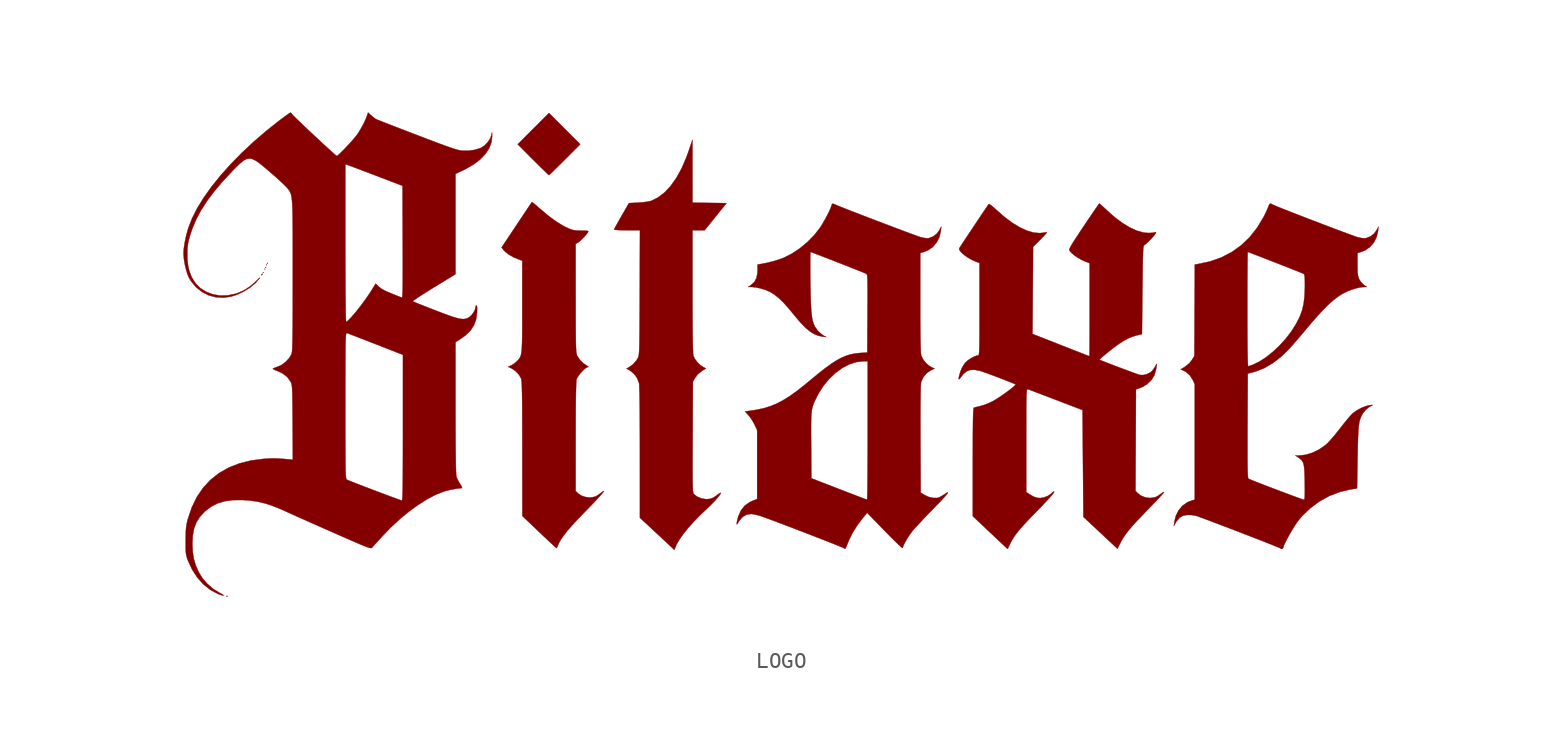
<source format=kicad_sym>
(kicad_symbol_lib
  (version 20241209)
  (generator "kicad_symbol_editor")
  (generator_version "9.0")
  (symbol "LOGO"
    (pin_names
      (offset 1.016))
    (property "Reference" "#G"
      (at 0 27.529 0)
      (effects (font (size 1.27 1.27)) (hide yes)))
    (symbol "LOGO_0_0"
      (polyline (pts (xy -33.634 -14.105) (xy -33.723 -14.042) (xy -33.907 -13.943) (xy -34.274 -13.719) (xy -34.647 -13.398) (xy -34.969 -13.024) (xy -35.213 -12.622) (xy -35.384 -12.219) (xy -35.502 -11.817) (xy -35.568 -11.389) (xy -35.59 -10.901) (xy -35.59 -10.875) (xy -35.564 -10.362) (xy -35.48 -9.922) (xy -35.332 -9.54) (xy -35.113 -9.198) (xy -34.818 -8.88) (xy -34.773 -8.839) (xy -34.403 -8.561) (xy -33.997 -8.357) (xy -33.543 -8.223) (xy -33.029 -8.157) (xy -32.441 -8.154) (xy -32.382 -8.157) (xy -31.929 -8.193) (xy -31.503 -8.257) (xy -31.082 -8.356) (xy -30.644 -8.495) (xy -30.166 -8.682) (xy -29.625 -8.922) (xy -29.496 -8.981) (xy -29.25 -9.092) (xy -28.93 -9.236) (xy -28.552 -9.405) (xy -28.127 -9.594) (xy -27.669 -9.797) (xy -27.192 -10.008) (xy -26.708 -10.221) (xy -26.493 -10.316) (xy -26.004 -10.531) (xy -25.598 -10.708) (xy -25.269 -10.851) (xy -25.006 -10.961) (xy -24.803 -11.044) (xy -24.65 -11.102) (xy -24.539 -11.137) (xy -24.463 -11.154) (xy -24.412 -11.156) (xy -24.379 -11.145) (xy -24.355 -11.125) (xy -24.345 -11.113) (xy -24.263 -11.024) (xy -24.132 -10.879) (xy -23.966 -10.696) (xy -23.782 -10.491) (xy -23.749 -10.455) (xy -23.208 -9.891) (xy -22.642 -9.365) (xy -22.064 -8.887) (xy -21.485 -8.464) (xy -20.919 -8.106) (xy -20.377 -7.822) (xy -19.872 -7.622) (xy -19.681 -7.568) (xy -19.427 -7.51) (xy -19.16 -7.459) (xy -18.919 -7.423) (xy -18.741 -7.407) (xy -18.733 -7.375) (xy -18.773 -7.279) (xy -18.856 -7.143) (xy -18.93 -7.024) (xy -19.027 -6.839) (xy -19.087 -6.686) (xy -19.098 -6.597) (xy -19.108 -6.404) (xy -19.116 -6.112) (xy -19.124 -5.722) (xy -19.13 -5.237) (xy -19.135 -4.659) (xy -19.138 -3.991) (xy -19.14 -3.235) (xy -19.141 -2.392) (xy -19.141 1.709) (xy -18.804 1.929) (xy -18.514 2.139) (xy -18.206 2.438) (xy -17.988 2.767) (xy -17.854 3.137) (xy -17.796 3.56) (xy -17.793 3.618) (xy -17.789 3.844) (xy -17.802 3.974) (xy -17.831 4.016) (xy -17.868 3.99) (xy -17.89 3.899) (xy -17.921 3.755) (xy -18.016 3.567) (xy -18.152 3.391) (xy -18.305 3.264) (xy -18.412 3.209) (xy -18.527 3.172) (xy -18.658 3.158) (xy -18.814 3.17) (xy -19.008 3.21) (xy -19.252 3.28) (xy -19.557 3.384) (xy -19.935 3.522) (xy -20.398 3.699) (xy -20.456 3.722) (xy -20.81 3.86) (xy -21.129 3.985) (xy -21.401 4.094) (xy -21.615 4.181) (xy -21.756 4.241) (xy -21.813 4.268) (xy -21.809 4.277) (xy -21.742 4.333) (xy -21.6 4.432) (xy -21.394 4.569) (xy -21.134 4.736) (xy -20.831 4.927) (xy -20.496 5.134) (xy -19.141 5.963) (xy -19.141 9.097) (xy -19.141 12.231) (xy -18.633 12.473) (xy -18.532 12.521) (xy -18.028 12.809) (xy -17.608 13.126) (xy -17.277 13.467) (xy -17.038 13.828) (xy -16.895 14.204) (xy -16.852 14.589) (xy -16.858 14.838) (xy -16.906 14.624) (xy -16.973 14.447) (xy -17.12 14.223) (xy -17.31 14.022) (xy -17.517 13.878) (xy -17.599 13.84) (xy -17.936 13.736) (xy -18.32 13.682) (xy -18.713 13.684) (xy -18.741 13.687) (xy -18.843 13.701) (xy -18.961 13.725) (xy -19.103 13.763) (xy -19.279 13.817) (xy -19.499 13.89) (xy -19.77 13.987) (xy -20.102 14.109) (xy -20.505 14.26) (xy -20.986 14.443) (xy -21.555 14.661) (xy -21.666 14.703) (xy -22.144 14.887) (xy -22.592 15.059) (xy -23.001 15.217) (xy -23.36 15.357) (xy -23.661 15.475) (xy -23.893 15.566) (xy -24.047 15.628) (xy -24.114 15.656) (xy -24.156 15.683) (xy -24.274 15.772) (xy -24.409 15.888) (xy -24.608 16.068) (xy -24.672 15.87) (xy -24.756 15.654) (xy -24.898 15.352) (xy -25.072 15.034) (xy -25.259 14.734) (xy -25.26 14.733) (xy -25.357 14.603) (xy -25.5 14.432) (xy -25.672 14.235) (xy -25.861 14.028) (xy -26.053 13.824) (xy -26.232 13.64) (xy -26.386 13.49) (xy -26.5 13.389) (xy -26.56 13.352) (xy -26.579 13.364) (xy -26.667 13.435) (xy -26.813 13.563) (xy -27.008 13.738) (xy -27.241 13.951) (xy -27.501 14.191) (xy -27.78 14.45) (xy -28.065 14.716) (xy -28.347 14.981) (xy -28.615 15.234) (xy -28.859 15.467) (xy -29.069 15.669) (xy -29.233 15.83) (xy -29.342 15.942) (xy -29.386 15.993) (xy -29.401 16.023) (xy -29.459 16.064) (xy -29.501 16.041) (xy -29.615 15.964) (xy -29.785 15.842) (xy -29.997 15.685) (xy -30.236 15.503) (xy -30.969 14.921) (xy -31.77 14.232) (xy -32.52 13.53) (xy -33.212 12.824) (xy -33.841 12.118) (xy -34.402 11.421) (xy -34.888 10.737) (xy -35.295 10.074) (xy -35.616 9.438) (xy -35.847 8.837) (xy -35.881 8.727) (xy -35.987 8.325) (xy -36.071 7.925) (xy -36.125 7.558) (xy -36.144 7.257) (xy -36.143 7.204) (xy -36.117 6.909) (xy -36.061 6.58) (xy -35.984 6.25) (xy -35.894 5.956) (xy -35.797 5.731) (xy -35.662 5.511) (xy -35.35 5.141) (xy -34.979 4.849) (xy -34.562 4.64) (xy -34.111 4.52) (xy -33.637 4.494) (xy -33.153 4.567) (xy -32.788 4.686) (xy -32.365 4.884) (xy -31.975 5.13) (xy -31.642 5.408) (xy -31.389 5.704) (xy -31.372 5.732) (xy -31.376 5.747) (xy -31.442 5.693) (xy -31.562 5.575) (xy -31.929 5.241) (xy -32.37 4.95) (xy -32.842 4.752) (xy -33.354 4.642) (xy -33.385 4.638) (xy -33.861 4.628) (xy -34.312 4.705) (xy -34.726 4.862) (xy -35.09 5.093) (xy -35.391 5.393) (xy -35.616 5.755) (xy -35.675 5.885) (xy -35.788 6.191) (xy -35.859 6.498) (xy -35.896 6.84) (xy -35.904 7.25) (xy -35.904 7.283) (xy -35.897 7.549) (xy -35.88 7.764) (xy -35.846 7.965) (xy -35.79 8.19) (xy -35.705 8.475) (xy -35.593 8.807) (xy -35.355 9.374) (xy -35.056 9.94) (xy -34.689 10.513) (xy -34.249 11.104) (xy -33.727 11.722) (xy -33.12 12.377) (xy -32.844 12.659) (xy -32.6 12.894) (xy -32.392 13.062) (xy -32.205 13.163) (xy -32.025 13.196) (xy -31.838 13.162) (xy -31.629 13.06) (xy -31.384 12.89) (xy -31.32 12.837) (xy -26.026 12.837) (xy -25.915 12.802) (xy -25.867 12.785) (xy -25.727 12.733) (xy -25.511 12.652) (xy -25.231 12.547) (xy -24.899 12.421) (xy -24.528 12.28) (xy -24.129 12.128) (xy -22.453 11.488) (xy -22.44 7.981) (xy -22.438 7.28) (xy -22.436 6.663) (xy -22.436 6.137) (xy -22.438 5.698) (xy -22.44 5.338) (xy -22.445 5.051) (xy -22.45 4.831) (xy -22.458 4.673) (xy -22.467 4.568) (xy -22.479 4.513) (xy -22.492 4.499) (xy -22.855 4.64) (xy -23.166 4.764) (xy -23.404 4.865) (xy -23.584 4.949) (xy -23.721 5.024) (xy -23.827 5.096) (xy -23.916 5.171) (xy -24.133 5.372) (xy -24.382 4.968) (xy -24.492 4.794) (xy -24.757 4.408) (xy -25.053 4.006) (xy -25.355 3.624) (xy -25.634 3.299) (xy -25.685 3.244) (xy -25.819 3.106) (xy -25.923 3.009) (xy -25.978 2.973) (xy -25.983 2.996) (xy -25.991 3.115) (xy -25.998 3.329) (xy -26.004 3.635) (xy -26.009 4.027) (xy -26.014 4.5) (xy -26.018 5.048) (xy -26.022 5.668) (xy -26.024 6.354) (xy -26.025 7.102) (xy -26.026 7.905) (xy -26.026 12.837) (xy -31.32 12.837) (xy -31.09 12.651) (xy -30.731 12.345) (xy -30.603 12.234) (xy -30.335 11.997) (xy -30.091 11.775) (xy -29.884 11.581) (xy -29.73 11.428) (xy -29.641 11.329) (xy -29.613 11.292) (xy -29.561 11.223) (xy -29.516 11.158) (xy -29.476 11.087) (xy -29.442 11.005) (xy -29.413 10.906) (xy -29.389 10.782) (xy -29.369 10.627) (xy -29.352 10.435) (xy -29.34 10.197) (xy -29.33 9.909) (xy -29.323 9.563) (xy -29.318 9.153) (xy -29.314 8.672) (xy -29.313 8.113) (xy -29.312 7.47) (xy -29.312 6.735) (xy -29.312 5.903) (xy -29.312 5.332) (xy -29.313 4.537) (xy -29.314 3.838) (xy -29.317 3.23) (xy -29.32 2.708) (xy -29.325 2.266) (xy -29.33 1.9) (xy -29.337 1.604) (xy -29.345 1.374) (xy -29.354 1.204) (xy -29.364 1.088) (xy -29.376 1.023) (xy -29.404 0.945) (xy -29.547 0.708) (xy -29.756 0.484) (xy -30.004 0.299) (xy -30.264 0.178) (xy -30.399 0.132) (xy -30.518 0.083) (xy -30.564 0.05) (xy -30.524 0.018) (xy -30.41 -0.037) (xy -30.248 -0.101) (xy -29.962 -0.233) (xy -29.666 -0.461) (xy -29.452 -0.751) (xy -29.442 -0.77) (xy -29.417 -0.823) (xy -29.396 -0.882) (xy -29.378 -0.957) (xy -29.365 -1.057) (xy -29.354 -1.192) (xy -29.346 -1.373) (xy -29.339 -1.609) (xy -29.334 -1.909) (xy -29.334 -1.938) (xy -26.026 -1.938) (xy -26.026 -1.182) (xy -26.025 -0.521) (xy -26.024 0.051) (xy -26.023 0.54) (xy -26.021 0.953) (xy -26.018 1.295) (xy -26.014 1.575) (xy -26.009 1.796) (xy -26.003 1.968) (xy -25.995 2.094) (xy -25.987 2.183) (xy -25.976 2.239) (xy -25.964 2.271) (xy -25.95 2.283) (xy -25.934 2.283) (xy -25.881 2.265) (xy -25.739 2.212) (xy -25.522 2.129) (xy -25.241 2.021) (xy -24.908 1.892) (xy -24.535 1.747) (xy -24.134 1.59) (xy -22.427 0.922) (xy -22.427 -3.633) (xy -22.427 -3.961) (xy -22.428 -4.746) (xy -22.429 -5.434) (xy -22.431 -6.031) (xy -22.433 -6.542) (xy -22.437 -6.972) (xy -22.441 -7.327) (xy -22.447 -7.613) (xy -22.453 -7.834) (xy -22.461 -7.997) (xy -22.47 -8.106) (xy -22.48 -8.168) (xy -22.492 -8.187) (xy -22.542 -8.172) (xy -22.678 -8.125) (xy -22.885 -8.05) (xy -23.15 -7.952) (xy -23.458 -7.837) (xy -23.797 -7.71) (xy -24.151 -7.576) (xy -24.508 -7.44) (xy -24.853 -7.308) (xy -25.173 -7.184) (xy -25.453 -7.075) (xy -25.681 -6.985) (xy -25.842 -6.92) (xy -25.922 -6.884) (xy -25.94 -6.873) (xy -25.956 -6.855) (xy -25.97 -6.824) (xy -25.981 -6.773) (xy -25.991 -6.696) (xy -26 -6.587) (xy -26.007 -6.438) (xy -26.012 -6.243) (xy -26.017 -5.997) (xy -26.02 -5.691) (xy -26.022 -5.321) (xy -26.024 -4.878) (xy -26.025 -4.357) (xy -26.026 -3.752) (xy -26.026 -3.055) (xy -26.026 -2.261) (xy -26.026 -1.938) (xy -29.334 -1.938) (xy -29.33 -2.285) (xy -29.326 -2.745) (xy -29.323 -3.3) (xy -29.308 -5.634) (xy -29.584 -5.609) (xy -29.889 -5.582) (xy -30.181 -5.561) (xy -30.425 -5.551) (xy -30.65 -5.552) (xy -30.886 -5.562) (xy -31.163 -5.583) (xy -31.927 -5.684) (xy -32.661 -5.868) (xy -33.328 -6.131) (xy -33.927 -6.473) (xy -34.457 -6.892) (xy -34.917 -7.387) (xy -35.306 -7.959) (xy -35.623 -8.605) (xy -35.867 -9.326) (xy -35.916 -9.513) (xy -35.955 -9.697) (xy -35.981 -9.881) (xy -35.997 -10.091) (xy -36.005 -10.352) (xy -36.009 -10.692) (xy -36.009 -10.911) (xy -36.008 -11.178) (xy -36.001 -11.377) (xy -35.985 -11.53) (xy -35.959 -11.66) (xy -35.921 -11.787) (xy -35.866 -11.934) (xy -35.861 -11.947) (xy -35.598 -12.512) (xy -35.274 -13.008) (xy -34.896 -13.429) (xy -34.471 -13.767) (xy -34.007 -14.013) (xy -33.901 -14.056) (xy -33.727 -14.115) (xy -33.637 -14.13) (xy -33.634 -14.105)) (stroke (width 0.01) (type default)) (fill (type outline)))
      (polyline (pts (xy -33.404 -14.183) (xy -33.397 -14.152) (xy -33.405 -14.146) (xy -33.467 -14.152) (xy -33.475 -14.167) (xy -33.432 -14.187) (xy -33.404 -14.183)) (stroke (width 0.01) (type default)) (fill (type outline)))
      (polyline (pts (xy -31.265 5.896) (xy -31.215 5.946) (xy -31.206 5.964) (xy -31.209 5.998) (xy -31.218 5.996) (xy -31.268 5.946) (xy -31.277 5.927) (xy -31.274 5.894) (xy -31.265 5.896)) (stroke (width 0.01) (type default)) (fill (type outline)))
      (polyline (pts (xy -31.137 6.076) (xy -31.163 6.102) (xy -31.189 6.076) (xy -31.163 6.05) (xy -31.137 6.076)) (stroke (width 0.01) (type default)) (fill (type outline)))
      (polyline (pts (xy -31.033 6.285) (xy -31.059 6.311) (xy -31.085 6.285) (xy -31.059 6.259) (xy -31.033 6.285)) (stroke (width 0.01) (type default)) (fill (type outline)))
      (polyline (pts (xy -30.981 6.389) (xy -31.007 6.415) (xy -31.033 6.389) (xy -31.007 6.363) (xy -30.981 6.389)) (stroke (width 0.01) (type default)) (fill (type outline)))
      (polyline (pts (xy -30.929 6.546) (xy -30.955 6.572) (xy -30.981 6.546) (xy -30.955 6.519) (xy -30.929 6.546)) (stroke (width 0.01) (type default)) (fill (type outline)))
      (polyline (pts (xy -30.876 6.65) (xy -30.902 6.676) (xy -30.929 6.65) (xy -30.902 6.624) (xy -30.876 6.65)) (stroke (width 0.01) (type default)) (fill (type outline)))
      (polyline (pts (xy -13.262 12.183) (xy -13.16 12.279) (xy -13.004 12.43) (xy -12.803 12.626) (xy -12.568 12.859) (xy -12.309 13.117) (xy -11.345 14.082) (xy -12.322 15.06) (xy -13.3 16.038) (xy -14.277 15.06) (xy -15.255 14.082) (xy -14.291 13.117) (xy -14.049 12.876) (xy -13.812 12.641) (xy -13.608 12.442) (xy -13.449 12.287) (xy -13.342 12.188) (xy -13.3 12.152) (xy -13.262 12.183)) (stroke (width 0.01) (type default)) (fill (type outline)))
      (polyline (pts (xy -12.822 -11.156) (xy -12.782 -11.095) (xy -12.733 -10.977) (xy -12.691 -10.875) (xy -12.571 -10.652) (xy -12.396 -10.395) (xy -12.163 -10.097) (xy -11.864 -9.751) (xy -11.496 -9.352) (xy -11.053 -8.893) (xy -11.043 -8.883) (xy -10.677 -8.507) (xy -10.377 -8.193) (xy -10.146 -7.943) (xy -9.983 -7.758) (xy -9.89 -7.64) (xy -9.869 -7.59) (xy -9.921 -7.61) (xy -10.046 -7.7) (xy -10.088 -7.732) (xy -10.24 -7.845) (xy -10.354 -7.913) (xy -10.464 -7.953) (xy -10.606 -7.983) (xy -10.746 -7.996) (xy -11.016 -7.966) (xy -11.274 -7.877) (xy -11.477 -7.742) (xy -11.631 -7.595) (xy -11.63 -4.202) (xy -11.63 -3.444) (xy -11.627 -2.732) (xy -11.623 -2.122) (xy -11.617 -1.616) (xy -11.608 -1.211) (xy -11.599 -0.908) (xy -11.587 -0.706) (xy -11.574 -0.605) (xy -11.51 -0.469) (xy -11.396 -0.306) (xy -11.253 -0.138) (xy -11.103 0.01) (xy -10.966 0.117) (xy -10.865 0.159) (xy -10.839 0.161) (xy -10.836 0.186) (xy -10.927 0.243) (xy -11.162 0.404) (xy -11.379 0.624) (xy -11.532 0.861) (xy -11.534 0.865) (xy -11.553 0.912) (xy -11.569 0.969) (xy -11.583 1.042) (xy -11.595 1.141) (xy -11.604 1.272) (xy -11.612 1.444) (xy -11.617 1.666) (xy -11.622 1.944) (xy -11.625 2.287) (xy -11.627 2.702) (xy -11.629 3.198) (xy -11.629 3.783) (xy -11.63 4.463) (xy -11.631 7.858) (xy -11.495 7.931) (xy -11.478 7.94) (xy -11.363 8.031) (xy -11.215 8.171) (xy -11.063 8.332) (xy -10.932 8.484) (xy -10.851 8.602) (xy -10.841 8.626) (xy -10.855 8.656) (xy -10.922 8.674) (xy -11.059 8.683) (xy -11.284 8.686) (xy -11.297 8.686) (xy -11.55 8.692) (xy -11.74 8.714) (xy -11.91 8.759) (xy -12.1 8.834) (xy -12.397 8.98) (xy -12.841 9.253) (xy -13.317 9.6) (xy -13.812 10.014) (xy -13.877 10.072) (xy -14.065 10.236) (xy -14.218 10.365) (xy -14.323 10.449) (xy -14.366 10.475) (xy -14.379 10.456) (xy -14.443 10.362) (xy -14.553 10.197) (xy -14.703 9.972) (xy -14.886 9.699) (xy -15.094 9.386) (xy -15.322 9.044) (xy -16.262 7.632) (xy -16.137 7.471) (xy -16.025 7.354) (xy -15.801 7.185) (xy -15.528 7.028) (xy -15.236 6.903) (xy -14.969 6.808) (xy -14.969 3.95) (xy -14.969 3.529) (xy -14.969 2.949) (xy -14.97 2.459) (xy -14.974 2.05) (xy -14.98 1.714) (xy -14.99 1.442) (xy -15.004 1.225) (xy -15.023 1.055) (xy -15.049 0.923) (xy -15.081 0.82) (xy -15.122 0.738) (xy -15.171 0.668) (xy -15.229 0.601) (xy -15.297 0.528) (xy -15.333 0.493) (xy -15.496 0.361) (xy -15.66 0.263) (xy -15.856 0.173) (xy -15.645 0.077) (xy -15.63 0.07) (xy -15.395 -0.087) (xy -15.187 -0.307) (xy -15.04 -0.555) (xy -15.035 -0.57) (xy -15.023 -0.629) (xy -15.011 -0.722) (xy -15.002 -0.856) (xy -14.994 -1.037) (xy -14.987 -1.271) (xy -14.981 -1.565) (xy -14.976 -1.925) (xy -14.973 -2.358) (xy -14.97 -2.869) (xy -14.968 -3.466) (xy -14.967 -4.154) (xy -14.966 -4.94) (xy -14.963 -9.153) (xy -13.91 -10.155) (xy -13.875 -10.188) (xy -13.603 -10.446) (xy -13.356 -10.677) (xy -13.146 -10.874) (xy -12.981 -11.025) (xy -12.872 -11.124) (xy -12.828 -11.159) (xy -12.822 -11.156)) (stroke (width 0.01) (type default)) (fill (type outline)))
      (polyline (pts (xy -5.372 -11.044) (xy -5.296 -10.879) (xy -5.123 -10.589) (xy -4.885 -10.257) (xy -4.595 -9.898) (xy -4.263 -9.524) (xy -3.901 -9.15) (xy -3.52 -8.788) (xy -3.385 -8.664) (xy -3.181 -8.464) (xy -2.994 -8.271) (xy -2.832 -8.092) (xy -2.7 -7.937) (xy -2.607 -7.813) (xy -2.559 -7.73) (xy -2.562 -7.696) (xy -2.624 -7.721) (xy -2.751 -7.811) (xy -2.924 -7.939) (xy -3.099 -8.037) (xy -3.268 -8.086) (xy -3.466 -8.099) (xy -3.506 -8.098) (xy -3.782 -8.05) (xy -4.04 -7.939) (xy -4.239 -7.784) (xy -4.244 -7.779) (xy -4.261 -7.752) (xy -4.277 -7.711) (xy -4.289 -7.65) (xy -4.3 -7.56) (xy -4.308 -7.434) (xy -4.314 -7.265) (xy -4.319 -7.044) (xy -4.322 -6.764) (xy -4.323 -6.418) (xy -4.323 -5.998) (xy -4.322 -5.497) (xy -4.32 -4.906) (xy -4.317 -4.219) (xy -4.303 -0.756) (xy -4.154 -0.503) (xy -4.011 -0.31) (xy -3.746 -0.089) (xy -3.487 0.072) (xy -3.664 0.163) (xy -3.827 0.271) (xy -4.021 0.457) (xy -4.179 0.668) (xy -4.273 0.87) (xy -4.278 0.896) (xy -4.29 1.036) (xy -4.3 1.279) (xy -4.309 1.626) (xy -4.316 2.075) (xy -4.321 2.626) (xy -4.325 3.28) (xy -4.328 4.034) (xy -4.329 4.89) (xy -4.329 8.71) (xy -3.947 8.71) (xy -3.566 8.71) (xy -2.882 9.558) (xy -2.198 10.405) (xy -3.264 10.419) (xy -4.329 10.433) (xy -4.33 12.401) (xy -4.33 14.369) (xy -4.56 13.686) (xy -4.71 13.269) (xy -5.003 12.589) (xy -5.329 11.996) (xy -5.683 11.492) (xy -6.064 11.082) (xy -6.469 10.767) (xy -6.896 10.552) (xy -6.972 10.53) (xy -7.172 10.491) (xy -7.428 10.459) (xy -7.711 10.437) (xy -8.302 10.405) (xy -8.767 9.598) (xy -8.901 9.363) (xy -9.033 9.128) (xy -9.138 8.938) (xy -9.207 8.806) (xy -9.232 8.75) (xy -9.215 8.742) (xy -9.113 8.729) (xy -8.935 8.719) (xy -8.699 8.713) (xy -8.422 8.71) (xy -7.612 8.71) (xy -7.626 4.811) (xy -7.629 4.146) (xy -7.631 3.504) (xy -7.634 2.952) (xy -7.637 2.483) (xy -7.641 2.09) (xy -7.645 1.765) (xy -7.65 1.501) (xy -7.656 1.291) (xy -7.664 1.127) (xy -7.674 1.002) (xy -7.685 0.909) (xy -7.698 0.84) (xy -7.714 0.787) (xy -7.732 0.745) (xy -7.753 0.704) (xy -7.836 0.571) (xy -8.055 0.32) (xy -8.308 0.14) (xy -8.454 0.065) (xy -8.226 -0.069) (xy -7.981 -0.268) (xy -7.787 -0.537) (xy -7.669 -0.845) (xy -7.665 -0.87) (xy -7.656 -1.004) (xy -7.647 -1.236) (xy -7.639 -1.56) (xy -7.633 -1.971) (xy -7.627 -2.465) (xy -7.623 -3.036) (xy -7.619 -3.68) (xy -7.617 -4.392) (xy -7.616 -5.166) (xy -7.615 -9.263) (xy -6.536 -10.267) (xy -5.458 -11.271) (xy -5.372 -11.044)) (stroke (width 0.01) (type default)) (fill (type outline)))
      (polyline (pts (xy 5.252 -11.153) (xy 5.306 -11.036) (xy 5.384 -10.835) (xy 5.442 -10.69) (xy 5.67 -10.226) (xy 5.961 -9.755) (xy 6.291 -9.313) (xy 6.59 -8.951) (xy 7.7 -10.095) (xy 7.81 -10.208) (xy 8.082 -10.484) (xy 8.323 -10.722) (xy 8.524 -10.916) (xy 8.679 -11.058) (xy 8.777 -11.14) (xy 8.812 -11.154) (xy 8.814 -11.139) (xy 8.854 -11.011) (xy 8.943 -10.827) (xy 9.066 -10.608) (xy 9.213 -10.377) (xy 9.37 -10.156) (xy 9.448 -10.06) (xy 9.603 -9.884) (xy 9.808 -9.661) (xy 10.049 -9.402) (xy 10.314 -9.124) (xy 10.59 -8.841) (xy 10.688 -8.741) (xy 11.02 -8.399) (xy 11.279 -8.126) (xy 11.468 -7.92) (xy 11.588 -7.777) (xy 11.641 -7.696) (xy 11.629 -7.673) (xy 11.554 -7.707) (xy 11.419 -7.795) (xy 11.287 -7.88) (xy 11.131 -7.967) (xy 11.021 -8.013) (xy 10.957 -8.025) (xy 10.706 -8.022) (xy 10.433 -7.958) (xy 10.181 -7.84) (xy 9.936 -7.689) (xy 9.922 -4.334) (xy 9.922 -4.16) (xy 9.92 -3.439) (xy 9.92 -2.796) (xy 9.922 -2.234) (xy 9.927 -1.758) (xy 9.933 -1.372) (xy 9.94 -1.078) (xy 9.95 -0.881) (xy 9.961 -0.784) (xy 9.973 -0.744) (xy 10.108 -0.466) (xy 10.313 -0.224) (xy 10.561 -0.052) (xy 10.804 0.065) (xy 10.602 0.156) (xy 10.459 0.24) (xy 10.252 0.425) (xy 10.079 0.651) (xy 9.97 0.879) (xy 9.963 0.91) (xy 9.95 1.029) (xy 9.939 1.222) (xy 9.93 1.494) (xy 9.922 1.849) (xy 9.917 2.29) (xy 9.913 2.824) (xy 9.91 3.453) (xy 9.91 4.182) (xy 9.91 7.283) (xy 10.187 7.37) (xy 10.399 7.458) (xy 10.698 7.667) (xy 10.938 7.948) (xy 11.107 8.284) (xy 11.194 8.661) (xy 11.223 8.945) (xy 11.107 8.719) (xy 10.948 8.502) (xy 10.714 8.32) (xy 10.447 8.216) (xy 10.383 8.209) (xy 10.188 8.222) (xy 9.952 8.272) (xy 9.915 8.283) (xy 9.77 8.333) (xy 9.545 8.414) (xy 9.251 8.522) (xy 8.902 8.652) (xy 8.508 8.8) (xy 8.081 8.961) (xy 7.633 9.13) (xy 7.177 9.304) (xy 6.723 9.478) (xy 6.284 9.646) (xy 5.872 9.806) (xy 5.497 9.951) (xy 5.173 10.078) (xy 4.911 10.183) (xy 4.723 10.259) (xy 4.621 10.304) (xy 4.543 10.341) (xy 4.444 10.372) (xy 4.391 10.34) (xy 4.357 10.239) (xy 4.313 10.111) (xy 4.221 9.902) (xy 4.096 9.651) (xy 3.953 9.383) (xy 3.803 9.122) (xy 3.66 8.893) (xy 3.639 8.862) (xy 3.283 8.406) (xy 2.853 7.97) (xy 2.374 7.574) (xy 1.871 7.24) (xy 1.368 6.986) (xy 1.114 6.892) (xy 0.733 6.775) (xy 0.325 6.673) (xy -0.065 6.598) (xy -0.261 6.567) (xy -0.262 6.191) (xy -0.268 6.033) (xy -0.331 5.72) (xy -0.464 5.474) (xy -0.673 5.282) (xy -0.85 5.163) (xy -0.647 5.163) (xy -0.529 5.155) (xy -0.325 5.126) (xy -0.114 5.084) (xy -0.094 5.079) (xy 0.215 4.988) (xy 0.501 4.864) (xy 0.776 4.699) (xy 1.052 4.481) (xy 1.343 4.202) (xy 1.66 3.851) (xy 2.016 3.42) (xy 2.125 3.285) (xy 2.45 2.906) (xy 2.742 2.609) (xy 3.013 2.384) (xy 3.273 2.223) (xy 3.534 2.118) (xy 3.807 2.06) (xy 4.042 2.029) (xy 3.886 2.116) (xy 3.797 2.17) (xy 3.526 2.4) (xy 3.329 2.679) (xy 3.288 2.762) (xy 3.232 2.899) (xy 3.186 3.051) (xy 3.148 3.228) (xy 3.118 3.443) (xy 3.095 3.706) (xy 3.076 4.028) (xy 3.062 4.421) (xy 3.05 4.895) (xy 3.04 5.463) (xy 3.035 5.894) (xy 3.031 6.292) (xy 3.03 6.643) (xy 3.032 6.937) (xy 3.035 7.161) (xy 3.041 7.304) (xy 3.049 7.354) (xy 3.053 7.353) (xy 3.128 7.327) (xy 3.284 7.269) (xy 3.506 7.184) (xy 3.783 7.078) (xy 4.099 6.956) (xy 4.443 6.822) (xy 4.799 6.683) (xy 5.155 6.543) (xy 5.498 6.408) (xy 5.813 6.283) (xy 6.088 6.174) (xy 6.308 6.085) (xy 6.461 6.022) (xy 6.533 5.991) (xy 6.534 5.99) (xy 6.555 5.973) (xy 6.573 5.941) (xy 6.587 5.885) (xy 6.598 5.796) (xy 6.606 5.665) (xy 6.612 5.484) (xy 6.615 5.244) (xy 6.616 4.934) (xy 6.616 4.547) (xy 6.614 4.074) (xy 6.611 3.505) (xy 6.598 1.069) (xy 6.128 1.037) (xy 5.866 1.01) (xy 5.572 0.956) (xy 5.285 0.869) (xy 4.992 0.746) (xy 4.682 0.578) (xy 4.344 0.361) (xy 3.967 0.088) (xy 3.54 -0.247) (xy 3.051 -0.651) (xy 2.673 -0.964) (xy 2.184 -1.347) (xy 1.739 -1.664) (xy 1.324 -1.923) (xy 0.925 -2.13) (xy 0.527 -2.292) (xy 0.117 -2.417) (xy -0.32 -2.512) (xy -0.799 -2.584) (xy -1.05 -2.615) (xy -0.833 -2.85) (xy -0.714 -2.998) (xy -0.571 -3.216) (xy -0.452 -3.433) (xy -0.287 -3.781) (xy -0.287 -3.819) (xy 3.084 -3.819) (xy 3.085 -3.433) (xy 3.09 -3.118) (xy 3.1 -2.861) (xy 3.118 -2.651) (xy 3.144 -2.475) (xy 3.18 -2.321) (xy 3.228 -2.177) (xy 3.289 -2.031) (xy 3.365 -1.87) (xy 3.457 -1.683) (xy 3.556 -1.492) (xy 3.862 -1.012) (xy 4.219 -0.581) (xy 4.614 -0.209) (xy 5.037 0.097) (xy 5.474 0.326) (xy 5.916 0.47) (xy 6.35 0.521) (xy 6.624 0.521) (xy 6.624 -3.807) (xy 6.624 -4.199) (xy 6.623 -4.843) (xy 6.621 -5.453) (xy 6.618 -6.019) (xy 6.615 -6.534) (xy 6.611 -6.991) (xy 6.607 -7.382) (xy 6.602 -7.699) (xy 6.596 -7.936) (xy 6.591 -8.082) (xy 6.585 -8.133) (xy 6.539 -8.117) (xy 6.405 -8.068) (xy 6.195 -7.989) (xy 5.921 -7.885) (xy 5.594 -7.759) (xy 5.225 -7.617) (xy 4.824 -7.462) (xy 3.103 -6.795) (xy 3.09 -4.717) (xy 3.087 -4.287) (xy 3.084 -3.819) (xy -0.287 -3.819) (xy -0.287 -5.935) (xy -0.287 -8.089) (xy -0.6 -8.215) (xy -0.748 -8.283) (xy -1.059 -8.504) (xy -1.297 -8.798) (xy -1.46 -9.163) (xy -1.51 -9.342) (xy -1.549 -9.509) (xy -1.563 -9.615) (xy -1.557 -9.674) (xy -1.533 -9.666) (xy -1.478 -9.571) (xy -1.408 -9.453) (xy -1.202 -9.219) (xy -0.955 -9.073) (xy -0.679 -9.023) (xy -0.559 -9.035) (xy -0.372 -9.071) (xy -0.169 -9.123) (xy -0.164 -9.124) (xy -0.041 -9.164) (xy 0.161 -9.236) (xy 0.431 -9.334) (xy 0.757 -9.455) (xy 1.129 -9.595) (xy 1.535 -9.749) (xy 1.965 -9.912) (xy 2.407 -10.082) (xy 2.851 -10.253) (xy 3.285 -10.421) (xy 3.699 -10.582) (xy 4.082 -10.732) (xy 4.421 -10.866) (xy 4.708 -10.981) (xy 4.929 -11.071) (xy 5.075 -11.134) (xy 5.135 -11.164) (xy 5.169 -11.194) (xy 5.21 -11.2) (xy 5.252 -11.153)) (stroke (width 0.01) (type default)) (fill (type outline)))
      (polyline (pts (xy 15.387 -11.181) (xy 15.438 -11.08) (xy 15.508 -10.931) (xy 15.528 -10.887) (xy 15.639 -10.674) (xy 15.771 -10.46) (xy 15.934 -10.233) (xy 16.137 -9.982) (xy 16.39 -9.696) (xy 16.701 -9.363) (xy 17.081 -8.971) (xy 17.086 -8.966) (xy 17.456 -8.586) (xy 17.753 -8.274) (xy 17.982 -8.027) (xy 18.144 -7.841) (xy 18.244 -7.713) (xy 18.283 -7.639) (xy 18.266 -7.615) (xy 18.207 -7.645) (xy 18.119 -7.726) (xy 18.06 -7.783) (xy 17.864 -7.906) (xy 17.632 -7.996) (xy 17.41 -8.031) (xy 17.231 -8.017) (xy 16.991 -7.94) (xy 16.729 -7.787) (xy 16.533 -7.653) (xy 16.533 -4.423) (xy 16.534 -3.845) (xy 16.534 -3.268) (xy 16.535 -2.781) (xy 16.537 -2.378) (xy 16.54 -2.049) (xy 16.544 -1.788) (xy 16.549 -1.587) (xy 16.556 -1.439) (xy 16.566 -1.336) (xy 16.577 -1.27) (xy 16.59 -1.234) (xy 16.606 -1.221) (xy 16.625 -1.223) (xy 16.669 -1.239) (xy 16.804 -1.289) (xy 17.015 -1.369) (xy 17.291 -1.474) (xy 17.619 -1.599) (xy 17.988 -1.74) (xy 18.385 -1.892) (xy 20.054 -2.53) (xy 20.08 -5.869) (xy 20.106 -9.208) (xy 21.172 -10.204) (xy 22.237 -11.2) (xy 22.43 -10.816) (xy 22.499 -10.685) (xy 22.622 -10.481) (xy 22.769 -10.267) (xy 22.951 -10.034) (xy 23.174 -9.772) (xy 23.449 -9.469) (xy 23.783 -9.116) (xy 24.185 -8.702) (xy 24.421 -8.459) (xy 24.654 -8.216) (xy 24.852 -8.005) (xy 25.005 -7.836) (xy 25.104 -7.72) (xy 25.139 -7.667) (xy 25.132 -7.656) (xy 25.072 -7.675) (xy 24.97 -7.748) (xy 24.945 -7.768) (xy 24.786 -7.88) (xy 24.632 -7.962) (xy 24.567 -7.986) (xy 24.282 -8.028) (xy 23.985 -7.991) (xy 23.707 -7.882) (xy 23.483 -7.709) (xy 23.365 -7.581) (xy 23.378 -4.408) (xy 23.392 -1.234) (xy 23.627 -1.157) (xy 23.782 -1.097) (xy 24.104 -0.903) (xy 24.365 -0.645) (xy 24.55 -0.339) (xy 24.647 -0.0003) (xy 24.655 0.059) (xy 24.68 0.223) (xy 24.702 0.339) (xy 24.699 0.36) (xy 24.661 0.315) (xy 24.595 0.201) (xy 24.547 0.119) (xy 24.433 -0.04) (xy 24.326 -0.151) (xy 24.281 -0.183) (xy 24.073 -0.285) (xy 23.843 -0.34) (xy 23.642 -0.336) (xy 23.584 -0.319) (xy 23.441 -0.269) (xy 23.232 -0.194) (xy 22.975 -0.099) (xy 22.686 0.008) (xy 22.381 0.123) (xy 22.076 0.238) (xy 21.787 0.348) (xy 21.532 0.447) (xy 21.325 0.528) (xy 21.184 0.585) (xy 21.124 0.613) (xy 21.136 0.641) (xy 21.209 0.719) (xy 21.329 0.825) (xy 21.632 1.075) (xy 22.015 1.377) (xy 22.346 1.618) (xy 22.638 1.806) (xy 22.903 1.948) (xy 23.154 2.052) (xy 23.402 2.127) (xy 23.767 2.216) (xy 23.797 4.976) (xy 23.803 5.515) (xy 23.809 6.039) (xy 23.815 6.473) (xy 23.821 6.828) (xy 23.828 7.111) (xy 23.835 7.33) (xy 23.844 7.494) (xy 23.855 7.612) (xy 23.868 7.692) (xy 23.883 7.742) (xy 23.901 7.771) (xy 23.922 7.787) (xy 23.982 7.829) (xy 24.111 7.941) (xy 24.264 8.089) (xy 24.416 8.25) (xy 24.542 8.395) (xy 24.617 8.5) (xy 24.647 8.56) (xy 24.641 8.596) (xy 24.557 8.575) (xy 24.476 8.558) (xy 24.309 8.543) (xy 24.116 8.54) (xy 23.84 8.571) (xy 23.436 8.688) (xy 23.002 8.887) (xy 22.548 9.162) (xy 22.084 9.507) (xy 21.62 9.916) (xy 21.592 9.943) (xy 21.411 10.114) (xy 21.259 10.252) (xy 21.152 10.345) (xy 21.104 10.379) (xy 21.088 10.362) (xy 21.02 10.271) (xy 20.905 10.11) (xy 20.752 9.888) (xy 20.567 9.616) (xy 20.356 9.305) (xy 20.128 8.964) (xy 20.109 8.936) (xy 19.853 8.552) (xy 19.65 8.243) (xy 19.494 8.002) (xy 19.38 7.818) (xy 19.302 7.682) (xy 19.255 7.585) (xy 19.234 7.516) (xy 19.233 7.468) (xy 19.247 7.429) (xy 19.343 7.31) (xy 19.512 7.164) (xy 19.726 7.013) (xy 19.959 6.876) (xy 20.186 6.771) (xy 20.497 6.65) (xy 20.497 3.742) (xy 20.497 3.374) (xy 20.497 2.856) (xy 20.496 2.375) (xy 20.494 1.944) (xy 20.493 1.569) (xy 20.491 1.262) (xy 20.489 1.031) (xy 20.487 0.885) (xy 20.484 0.835) (xy 20.484 0.835) (xy 20.433 0.854) (xy 20.295 0.907) (xy 20.083 0.99) (xy 19.806 1.098) (xy 19.476 1.227) (xy 19.103 1.373) (xy 18.698 1.532) (xy 16.925 2.229) (xy 16.944 4.95) (xy 16.963 7.672) (xy 17.407 8.115) (xy 17.412 8.12) (xy 17.58 8.292) (xy 17.715 8.436) (xy 17.803 8.536) (xy 17.831 8.578) (xy 17.808 8.582) (xy 17.707 8.573) (xy 17.558 8.55) (xy 17.379 8.53) (xy 17.004 8.562) (xy 16.591 8.68) (xy 16.146 8.883) (xy 15.677 9.166) (xy 15.19 9.527) (xy 14.692 9.963) (xy 14.509 10.128) (xy 14.354 10.255) (xy 14.242 10.332) (xy 14.19 10.347) (xy 14.186 10.343) (xy 14.138 10.274) (xy 14.043 10.133) (xy 13.909 9.934) (xy 13.745 9.691) (xy 13.56 9.414) (xy 13.362 9.118) (xy 13.161 8.816) (xy 12.963 8.519) (xy 12.779 8.242) (xy 12.616 7.996) (xy 12.484 7.796) (xy 12.39 7.653) (xy 12.344 7.58) (xy 12.337 7.53) (xy 12.391 7.42) (xy 12.513 7.285) (xy 12.688 7.138) (xy 12.898 6.992) (xy 13.129 6.861) (xy 13.365 6.755) (xy 13.613 6.662) (xy 13.613 3.774) (xy 13.613 3.712) (xy 13.613 3.098) (xy 13.612 2.58) (xy 13.61 2.15) (xy 13.608 1.799) (xy 13.604 1.52) (xy 13.599 1.303) (xy 13.592 1.143) (xy 13.583 1.029) (xy 13.572 0.954) (xy 13.558 0.911) (xy 13.541 0.891) (xy 13.521 0.886) (xy 13.45 0.877) (xy 13.268 0.811) (xy 13.062 0.7) (xy 12.865 0.561) (xy 12.709 0.413) (xy 12.688 0.389) (xy 12.531 0.141) (xy 12.412 -0.147) (xy 12.405 -0.171) (xy 12.337 -0.411) (xy 12.31 -0.557) (xy 12.324 -0.61) (xy 12.38 -0.571) (xy 12.478 -0.441) (xy 12.594 -0.29) (xy 12.8 -0.113) (xy 13.036 -0.022) (xy 13.317 -0.015) (xy 13.657 -0.085) (xy 13.7 -0.098) (xy 13.863 -0.153) (xy 14.085 -0.232) (xy 14.347 -0.328) (xy 14.632 -0.434) (xy 14.924 -0.545) (xy 15.204 -0.654) (xy 15.456 -0.753) (xy 15.662 -0.836) (xy 15.804 -0.897) (xy 15.866 -0.929) (xy 15.862 -0.949) (xy 15.796 -1.022) (xy 15.668 -1.133) (xy 15.492 -1.272) (xy 15.284 -1.426) (xy 15.06 -1.585) (xy 14.835 -1.737) (xy 14.626 -1.871) (xy 14.447 -1.974) (xy 14.433 -1.982) (xy 14.188 -2.097) (xy 13.923 -2.201) (xy 13.691 -2.272) (xy 13.68 -2.275) (xy 13.492 -2.321) (xy 13.341 -2.358) (xy 13.261 -2.379) (xy 13.253 -2.387) (xy 13.24 -2.435) (xy 13.23 -2.532) (xy 13.221 -2.682) (xy 13.213 -2.893) (xy 13.207 -3.171) (xy 13.203 -3.522) (xy 13.199 -3.952) (xy 13.197 -4.468) (xy 13.196 -5.075) (xy 13.195 -5.781) (xy 13.195 -9.166) (xy 14.278 -10.187) (xy 14.335 -10.241) (xy 14.609 -10.499) (xy 14.855 -10.73) (xy 15.064 -10.926) (xy 15.225 -11.078) (xy 15.33 -11.175) (xy 15.369 -11.21) (xy 15.387 -11.181)) (stroke (width 0.01) (type default)) (fill (type outline)))
      (polyline (pts (xy 32.56 -11.204) (xy 32.597 -11.144) (xy 32.599 -11.126) (xy 32.638 -11.001) (xy 32.723 -10.812) (xy 32.842 -10.578) (xy 32.985 -10.317) (xy 33.142 -10.048) (xy 33.302 -9.79) (xy 33.455 -9.559) (xy 33.591 -9.377) (xy 33.785 -9.15) (xy 34.299 -8.657) (xy 34.871 -8.236) (xy 35.49 -7.896) (xy 36.142 -7.645) (xy 36.813 -7.49) (xy 37.213 -7.428) (xy 37.245 -5.5) (xy 37.248 -5.324) (xy 37.258 -4.799) (xy 37.27 -4.364) (xy 37.284 -4.008) (xy 37.302 -3.718) (xy 37.325 -3.484) (xy 37.355 -3.295) (xy 37.393 -3.138) (xy 37.44 -3.003) (xy 37.497 -2.878) (xy 37.567 -2.753) (xy 37.572 -2.744) (xy 37.737 -2.537) (xy 37.954 -2.351) (xy 38.178 -2.223) (xy 38.191 -2.214) (xy 38.143 -2.21) (xy 38.022 -2.221) (xy 37.769 -2.282) (xy 37.474 -2.4) (xy 37.186 -2.556) (xy 36.946 -2.73) (xy 36.877 -2.798) (xy 36.738 -2.952) (xy 36.563 -3.157) (xy 36.369 -3.397) (xy 36.17 -3.651) (xy 36.035 -3.824) (xy 35.825 -4.084) (xy 35.623 -4.321) (xy 35.447 -4.516) (xy 35.316 -4.648) (xy 35.215 -4.734) (xy 34.833 -4.997) (xy 34.418 -5.198) (xy 33.995 -5.327) (xy 33.592 -5.372) (xy 33.356 -5.372) (xy 33.55 -5.504) (xy 33.553 -5.506) (xy 33.669 -5.591) (xy 33.758 -5.678) (xy 33.825 -5.781) (xy 33.872 -5.915) (xy 33.904 -6.094) (xy 33.924 -6.334) (xy 33.936 -6.649) (xy 33.944 -7.054) (xy 33.944 -7.056) (xy 33.949 -7.432) (xy 33.949 -7.715) (xy 33.944 -7.916) (xy 33.934 -8.046) (xy 33.917 -8.116) (xy 33.894 -8.136) (xy 33.892 -8.136) (xy 33.819 -8.115) (xy 33.665 -8.062) (xy 33.441 -7.981) (xy 33.164 -7.879) (xy 32.845 -7.761) (xy 32.499 -7.631) (xy 32.141 -7.495) (xy 31.782 -7.359) (xy 31.439 -7.227) (xy 31.123 -7.104) (xy 30.85 -6.997) (xy 30.632 -6.91) (xy 30.484 -6.848) (xy 30.42 -6.817) (xy 30.414 -6.81) (xy 30.401 -6.764) (xy 30.39 -6.672) (xy 30.381 -6.528) (xy 30.375 -6.325) (xy 30.369 -6.057) (xy 30.366 -5.716) (xy 30.364 -5.298) (xy 30.364 -4.795) (xy 30.365 -4.2) (xy 30.367 -3.508) (xy 30.381 -0.249) (xy 30.752 -0.155) (xy 30.878 -0.12) (xy 31.406 0.088) (xy 31.934 0.394) (xy 32.452 0.791) (xy 32.953 1.274) (xy 32.983 1.307) (xy 33.132 1.474) (xy 33.328 1.698) (xy 33.554 1.961) (xy 33.796 2.246) (xy 34.038 2.534) (xy 34.34 2.893) (xy 34.747 3.358) (xy 35.11 3.749) (xy 35.438 4.075) (xy 35.739 4.342) (xy 36.022 4.559) (xy 36.295 4.734) (xy 36.568 4.874) (xy 36.586 4.882) (xy 36.863 4.991) (xy 37.157 5.08) (xy 37.431 5.141) (xy 37.649 5.163) (xy 37.828 5.163) (xy 37.651 5.281) (xy 37.601 5.32) (xy 37.466 5.464) (xy 37.357 5.631) (xy 37.33 5.688) (xy 37.29 5.792) (xy 37.263 5.91) (xy 37.248 6.064) (xy 37.241 6.278) (xy 37.239 6.573) (xy 37.239 7.283) (xy 37.516 7.37) (xy 37.729 7.458) (xy 38.027 7.667) (xy 38.267 7.948) (xy 38.437 8.284) (xy 38.523 8.661) (xy 38.553 8.945) (xy 38.436 8.719) (xy 38.278 8.502) (xy 38.044 8.32) (xy 37.776 8.216) (xy 37.699 8.208) (xy 37.508 8.221) (xy 37.29 8.263) (xy 37.266 8.27) (xy 37.134 8.313) (xy 36.924 8.388) (xy 36.647 8.489) (xy 36.315 8.612) (xy 35.937 8.754) (xy 35.526 8.909) (xy 35.092 9.074) (xy 34.645 9.245) (xy 34.197 9.416) (xy 33.76 9.585) (xy 33.343 9.747) (xy 32.958 9.898) (xy 32.616 10.033) (xy 32.328 10.148) (xy 32.105 10.239) (xy 31.957 10.302) (xy 31.896 10.333) (xy 31.831 10.373) (xy 31.745 10.354) (xy 31.687 10.239) (xy 31.677 10.208) (xy 31.624 10.072) (xy 31.541 9.885) (xy 31.442 9.678) (xy 31.377 9.552) (xy 30.97 8.874) (xy 30.502 8.281) (xy 29.973 7.773) (xy 29.385 7.35) (xy 28.738 7.013) (xy 28.031 6.762) (xy 27.266 6.597) (xy 27.072 6.567) (xy 27.058 3.781) (xy 30.355 3.781) (xy 30.355 4.154) (xy 30.356 4.736) (xy 30.357 5.281) (xy 30.359 5.78) (xy 30.362 6.226) (xy 30.365 6.609) (xy 30.368 6.923) (xy 30.372 7.157) (xy 30.376 7.303) (xy 30.381 7.354) (xy 30.387 7.353) (xy 30.466 7.324) (xy 30.625 7.264) (xy 30.851 7.178) (xy 31.129 7.071) (xy 31.447 6.947) (xy 31.79 6.814) (xy 32.146 6.674) (xy 32.502 6.535) (xy 32.843 6.401) (xy 33.156 6.277) (xy 33.428 6.169) (xy 33.645 6.082) (xy 33.794 6.021) (xy 33.862 5.991) (xy 33.885 5.976) (xy 33.915 5.932) (xy 33.935 5.852) (xy 33.946 5.72) (xy 33.951 5.517) (xy 33.952 5.227) (xy 33.951 5.096) (xy 33.928 4.563) (xy 33.871 4.1) (xy 33.771 3.683) (xy 33.621 3.284) (xy 33.415 2.881) (xy 33.144 2.446) (xy 33.076 2.347) (xy 32.741 1.913) (xy 32.36 1.496) (xy 31.951 1.113) (xy 31.532 0.778) (xy 31.119 0.508) (xy 30.731 0.317) (xy 30.614 0.273) (xy 30.478 0.227) (xy 30.405 0.209) (xy 30.398 0.234) (xy 30.388 0.357) (xy 30.379 0.579) (xy 30.372 0.895) (xy 30.366 1.303) (xy 30.361 1.799) (xy 30.358 2.38) (xy 30.355 3.042) (xy 30.355 3.781) (xy 27.058 3.781) (xy 27.057 3.71) (xy 27.043 0.852) (xy 26.884 0.596) (xy 26.737 0.403) (xy 26.454 0.176) (xy 26.182 0.013) (xy 26.346 -0.055) (xy 26.502 -0.135) (xy 26.756 -0.353) (xy 26.945 -0.65) (xy 27.068 -0.913) (xy 27.068 -4.524) (xy 27.069 -8.134) (xy 26.925 -8.169) (xy 26.599 -8.295) (xy 26.301 -8.509) (xy 26.059 -8.795) (xy 25.886 -9.136) (xy 25.793 -9.518) (xy 25.761 -9.779) (xy 25.863 -9.597) (xy 25.941 -9.469) (xy 26.12 -9.261) (xy 26.329 -9.138) (xy 26.588 -9.086) (xy 26.87 -9.091) (xy 27.162 -9.145) (xy 27.169 -9.147) (xy 27.287 -9.187) (xy 27.483 -9.258) (xy 27.748 -9.356) (xy 28.069 -9.477) (xy 28.437 -9.616) (xy 28.839 -9.769) (xy 29.266 -9.932) (xy 29.705 -10.1) (xy 30.146 -10.27) (xy 30.577 -10.437) (xy 30.988 -10.597) (xy 31.369 -10.745) (xy 31.706 -10.878) (xy 31.991 -10.991) (xy 32.21 -11.08) (xy 32.355 -11.14) (xy 32.412 -11.168) (xy 32.476 -11.205) (xy 32.56 -11.204)) (stroke (width 0.01) (type default)) (fill (type outline))))))
</source>
